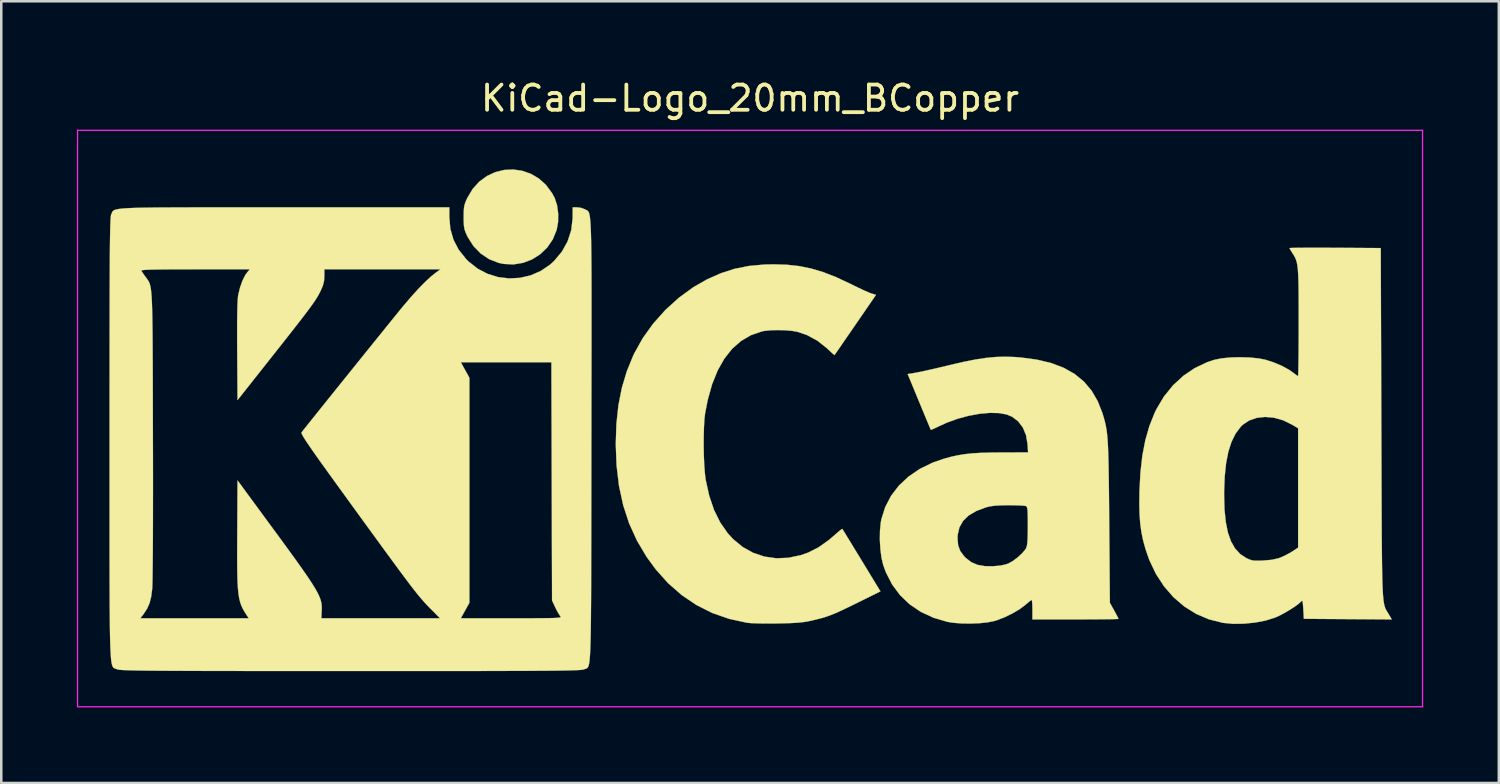
<source format=kicad_pcb>
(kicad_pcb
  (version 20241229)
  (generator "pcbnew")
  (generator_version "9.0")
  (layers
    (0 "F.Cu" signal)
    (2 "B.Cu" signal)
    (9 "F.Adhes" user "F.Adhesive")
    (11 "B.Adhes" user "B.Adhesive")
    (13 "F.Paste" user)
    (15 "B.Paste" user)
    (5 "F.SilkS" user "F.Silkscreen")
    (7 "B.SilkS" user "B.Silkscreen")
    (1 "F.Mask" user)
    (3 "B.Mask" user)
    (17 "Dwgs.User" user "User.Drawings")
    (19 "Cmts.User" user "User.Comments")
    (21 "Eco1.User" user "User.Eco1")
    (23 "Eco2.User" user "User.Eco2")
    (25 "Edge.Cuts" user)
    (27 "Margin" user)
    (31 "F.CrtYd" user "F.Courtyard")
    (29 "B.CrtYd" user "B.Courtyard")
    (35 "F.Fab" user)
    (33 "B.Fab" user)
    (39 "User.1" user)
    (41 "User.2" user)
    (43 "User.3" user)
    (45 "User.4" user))
  (footprint "KiCad-Logo_20mm_BCopper"
    (layer "F.Cu")
    (at 26.695 13.548)
    (property "Reference" "KiCad-Logo_20mm_BCopper" (at 0 -12.7 0) (layer "F.SilkS") (effects (font (size 1 1) (thickness 0.15))))
    (attr exclude_from_pos_files exclude_from_bom)
    (fp_poly (pts (xy -9.038 -9.825) (xy -8.696 -9.707) (xy -8.378 -9.52) (xy -8.094 -9.266) (xy -7.854 -8.943) (xy -7.746 -8.74) (xy -7.653 -8.455) (xy -7.608 -8.127) (xy -7.613 -7.79) (xy -7.668 -7.484) (xy -7.82 -7.11) (xy -8.04 -6.786) (xy -8.318 -6.518) (xy -8.641 -6.312) (xy -8.999 -6.175) (xy -9.381 -6.112) (xy -9.775 -6.132) (xy -9.969 -6.173) (xy -10.347 -6.32) (xy -10.683 -6.545) (xy -10.969 -6.84) (xy -11.196 -7.198) (xy -11.216 -7.238) (xy -11.282 -7.385) (xy -11.324 -7.508) (xy -11.346 -7.639) (xy -11.356 -7.807) (xy -11.357 -7.989) (xy -11.355 -8.208) (xy -11.343 -8.366) (xy -11.317 -8.494) (xy -11.271 -8.622) (xy -11.213 -8.748) (xy -10.999 -9.106) (xy -10.735 -9.397) (xy -10.432 -9.619) (xy -10.101 -9.772) (xy -9.751 -9.858) (xy -9.393 -9.876) (xy -9.038 -9.825)) (stroke (width 0.01) (type solid)) (fill yes) (layer "F.SilkS"))
    (fp_poly (pts (xy 1.459 -6.099) (xy 1.95 -6.045) (xy 2.425 -5.949) (xy 2.905 -5.805) (xy 3.408 -5.609) (xy 3.953 -5.355) (xy 4.052 -5.306) (xy 4.277 -5.195) (xy 4.49 -5.095) (xy 4.669 -5.016) (xy 4.793 -4.966) (xy 4.812 -4.96) (xy 4.995 -4.905) (xy 4.177 -3.716) (xy 3.977 -3.425) (xy 3.794 -3.16) (xy 3.635 -2.928) (xy 3.505 -2.74) (xy 3.411 -2.604) (xy 3.359 -2.529) (xy 3.35 -2.517) (xy 3.316 -2.541) (xy 3.231 -2.616) (xy 3.112 -2.727) (xy 3.046 -2.79) (xy 2.671 -3.087) (xy 2.251 -3.314) (xy 1.889 -3.437) (xy 1.672 -3.476) (xy 1.399 -3.5) (xy 1.105 -3.508) (xy 0.819 -3.5) (xy 0.574 -3.476) (xy 0.477 -3.457) (xy 0.037 -3.306) (xy -0.359 -3.075) (xy -0.712 -2.764) (xy -1.02 -2.375) (xy -1.284 -1.907) (xy -1.504 -1.362) (xy -1.678 -0.738) (xy -1.782 -0.205) (xy -1.809 0.031) (xy -1.827 0.335) (xy -1.837 0.686) (xy -1.839 1.062) (xy -1.833 1.442) (xy -1.818 1.802) (xy -1.796 2.122) (xy -1.767 2.38) (xy -1.761 2.42) (xy -1.62 3.06) (xy -1.428 3.626) (xy -1.183 4.122) (xy -0.885 4.549) (xy -0.674 4.78) (xy -0.294 5.093) (xy 0.122 5.325) (xy 0.569 5.475) (xy 1.038 5.542) (xy 1.522 5.523) (xy 2.016 5.418) (xy 2.307 5.316) (xy 2.711 5.111) (xy 3.127 4.816) (xy 3.36 4.617) (xy 3.491 4.502) (xy 3.593 4.418) (xy 3.652 4.377) (xy 3.659 4.376) (xy 3.685 4.417) (xy 3.753 4.527) (xy 3.856 4.696) (xy 3.99 4.915) (xy 4.147 5.173) (xy 4.324 5.462) (xy 4.422 5.623) (xy 5.171 6.854) (xy 4.236 7.316) (xy 3.897 7.482) (xy 3.623 7.613) (xy 3.397 7.715) (xy 3.201 7.795) (xy 3.019 7.86) (xy 2.835 7.916) (xy 2.631 7.968) (xy 2.435 8.015) (xy 2.261 8.051) (xy 2.08 8.078) (xy 1.872 8.098) (xy 1.62 8.112) (xy 1.305 8.122) (xy 1.092 8.126) (xy 0.79 8.129) (xy 0.499 8.128) (xy 0.241 8.122) (xy 0.033 8.113) (xy -0.105 8.101) (xy -0.113 8.1) (xy -0.828 7.945) (xy -1.499 7.711) (xy -2.127 7.396) (xy -2.71 7.002) (xy -3.25 6.529) (xy -3.744 5.976) (xy -4.103 5.485) (xy -4.484 4.842) (xy -4.793 4.163) (xy -5.029 3.443) (xy -5.196 2.675) (xy -5.294 1.855) (xy -5.325 1.023) (xy -5.3 0.218) (xy -5.22 -0.525) (xy -5.083 -1.218) (xy -4.887 -1.874) (xy -4.629 -2.506) (xy -4.598 -2.571) (xy -4.258 -3.183) (xy -3.841 -3.764) (xy -3.358 -4.305) (xy -2.821 -4.791) (xy -2.243 -5.212) (xy -1.703 -5.52) (xy -1.158 -5.762) (xy -0.613 -5.937) (xy -0.044 -6.051) (xy 0.567 -6.107) (xy 0.933 -6.115) (xy 1.459 -6.099)) (stroke (width 0.01) (type solid)) (fill yes) (layer "F.SilkS"))
    (fp_poly (pts (xy 22.685 -6.774) (xy 23.072 -6.772) (xy 23.204 -6.772) (xy 25.013 -6.76) (xy 25.036 0.182) (xy 25.039 1.123) (xy 25.042 1.978) (xy 25.044 2.751) (xy 25.047 3.445) (xy 25.049 4.067) (xy 25.052 4.619) (xy 25.056 5.107) (xy 25.06 5.535) (xy 25.065 5.907) (xy 25.071 6.228) (xy 25.078 6.502) (xy 25.087 6.734) (xy 25.097 6.928) (xy 25.109 7.088) (xy 25.123 7.219) (xy 25.139 7.325) (xy 25.157 7.411) (xy 25.178 7.482) (xy 25.201 7.54) (xy 25.227 7.592) (xy 25.255 7.641) (xy 25.287 7.692) (xy 25.322 7.749) (xy 25.329 7.761) (xy 25.45 7.967) (xy 21.963 7.943) (xy 21.941 7.56) (xy 21.928 7.376) (xy 21.915 7.27) (xy 21.898 7.228) (xy 21.871 7.237) (xy 21.849 7.261) (xy 21.754 7.349) (xy 21.598 7.463) (xy 21.403 7.588) (xy 21.192 7.712) (xy 20.987 7.82) (xy 20.83 7.891) (xy 20.46 8.008) (xy 20.037 8.09) (xy 19.59 8.136) (xy 19.152 8.141) (xy 18.753 8.103) (xy 18.746 8.101) (xy 18.2 7.964) (xy 17.689 7.746) (xy 17.218 7.451) (xy 16.791 7.085) (xy 16.415 6.651) (xy 16.092 6.154) (xy 15.83 5.6) (xy 15.687 5.189) (xy 15.592 4.846) (xy 15.522 4.513) (xy 15.475 4.171) (xy 15.447 3.8) (xy 15.437 3.378) (xy 15.442 3.034) (xy 18.801 3.034) (xy 18.816 3.611) (xy 18.867 4.107) (xy 18.953 4.528) (xy 19.076 4.876) (xy 19.238 5.157) (xy 19.44 5.375) (xy 19.674 5.529) (xy 19.796 5.587) (xy 19.901 5.621) (xy 20.019 5.637) (xy 20.177 5.638) (xy 20.347 5.632) (xy 20.682 5.603) (xy 20.947 5.545) (xy 21.03 5.516) (xy 21.22 5.43) (xy 21.421 5.323) (xy 21.508 5.269) (xy 21.736 5.12) (xy 21.736 0.388) (xy 21.485 0.238) (xy 21.136 0.068) (xy 20.779 -0.032) (xy 20.428 -0.064) (xy 20.095 -0.027) (xy 19.794 0.077) (xy 19.538 0.248) (xy 19.455 0.33) (xy 19.255 0.599) (xy 19.094 0.924) (xy 18.969 1.312) (xy 18.88 1.767) (xy 18.824 2.296) (xy 18.801 2.903) (xy 18.801 3.034) (xy 15.442 3.034) (xy 15.443 2.891) (xy 15.482 2.142) (xy 15.559 1.466) (xy 15.677 0.854) (xy 15.838 0.295) (xy 16.043 -0.219) (xy 16.117 -0.372) (xy 16.413 -0.87) (xy 16.77 -1.312) (xy 17.18 -1.691) (xy 17.636 -2.001) (xy 18.128 -2.234) (xy 18.422 -2.331) (xy 18.712 -2.388) (xy 19.06 -2.422) (xy 19.438 -2.432) (xy 19.817 -2.42) (xy 20.166 -2.385) (xy 20.447 -2.33) (xy 20.781 -2.221) (xy 21.105 -2.081) (xy 21.389 -1.925) (xy 21.54 -1.818) (xy 21.644 -1.739) (xy 21.716 -1.691) (xy 21.733 -1.684) (xy 21.738 -1.728) (xy 21.743 -1.854) (xy 21.747 -2.054) (xy 21.751 -2.318) (xy 21.754 -2.637) (xy 21.756 -3.002) (xy 21.758 -3.406) (xy 21.758 -3.816) (xy 21.758 -4.343) (xy 21.757 -4.786) (xy 21.754 -5.156) (xy 21.748 -5.46) (xy 21.739 -5.706) (xy 21.726 -5.905) (xy 21.708 -6.063) (xy 21.684 -6.189) (xy 21.654 -6.292) (xy 21.617 -6.381) (xy 21.572 -6.463) (xy 21.518 -6.548) (xy 21.511 -6.558) (xy 21.442 -6.668) (xy 21.4 -6.743) (xy 21.394 -6.759) (xy 21.438 -6.764) (xy 21.563 -6.768) (xy 21.76 -6.771) (xy 22.019 -6.773) (xy 22.331 -6.774) (xy 22.685 -6.774)) (stroke (width 0.01) (type solid)) (fill yes) (layer "F.SilkS"))
    (fp_poly (pts (xy 10.502 -2.439) (xy 10.727 -2.422) (xy 11.372 -2.336) (xy 11.944 -2.2) (xy 12.444 -2.01) (xy 12.876 -1.765) (xy 13.243 -1.463) (xy 13.547 -1.103) (xy 13.791 -0.683) (xy 13.97 -0.228) (xy 14.015 -0.082) (xy 14.054 0.054) (xy 14.088 0.188) (xy 14.117 0.327) (xy 14.142 0.479) (xy 14.163 0.651) (xy 14.18 0.851) (xy 14.194 1.085) (xy 14.205 1.362) (xy 14.215 1.687) (xy 14.222 2.069) (xy 14.229 2.516) (xy 14.235 3.033) (xy 14.24 3.629) (xy 14.244 4.097) (xy 14.27 7.306) (xy 14.441 7.615) (xy 14.522 7.764) (xy 14.582 7.879) (xy 14.611 7.941) (xy 14.612 7.945) (xy 14.568 7.95) (xy 14.443 7.954) (xy 14.247 7.958) (xy 13.99 7.961) (xy 13.681 7.964) (xy 13.331 7.965) (xy 12.95 7.966) (xy 12.905 7.966) (xy 11.198 7.966) (xy 11.198 7.579) (xy 11.195 7.404) (xy 11.187 7.27) (xy 11.176 7.199) (xy 11.171 7.192) (xy 11.126 7.22) (xy 11.033 7.293) (xy 10.912 7.395) (xy 10.909 7.398) (xy 10.689 7.562) (xy 10.41 7.727) (xy 10.105 7.876) (xy 9.805 7.994) (xy 9.673 8.034) (xy 9.41 8.085) (xy 9.087 8.118) (xy 8.735 8.131) (xy 8.381 8.126) (xy 8.057 8.1) (xy 7.829 8.063) (xy 7.272 7.899) (xy 6.771 7.666) (xy 6.328 7.367) (xy 5.948 7.003) (xy 5.633 6.579) (xy 5.386 6.096) (xy 5.28 5.804) (xy 5.213 5.519) (xy 5.169 5.178) (xy 5.148 4.811) (xy 5.149 4.757) (xy 8.228 4.757) (xy 8.253 5.03) (xy 8.338 5.257) (xy 8.495 5.467) (xy 8.556 5.529) (xy 8.77 5.695) (xy 9.018 5.802) (xy 9.315 5.854) (xy 9.628 5.858) (xy 9.925 5.833) (xy 10.152 5.783) (xy 10.251 5.746) (xy 10.428 5.646) (xy 10.617 5.504) (xy 10.789 5.345) (xy 10.917 5.193) (xy 10.951 5.137) (xy 10.977 5.059) (xy 10.996 4.934) (xy 11.008 4.751) (xy 11.014 4.498) (xy 11.016 4.257) (xy 11.015 3.976) (xy 11.011 3.773) (xy 11.004 3.634) (xy 10.991 3.547) (xy 10.972 3.498) (xy 10.945 3.473) (xy 10.936 3.469) (xy 10.863 3.457) (xy 10.718 3.448) (xy 10.521 3.441) (xy 10.292 3.438) (xy 10.242 3.438) (xy 9.936 3.443) (xy 9.699 3.457) (xy 9.511 3.484) (xy 9.356 3.522) (xy 8.97 3.668) (xy 8.668 3.847) (xy 8.447 4.062) (xy 8.303 4.317) (xy 8.235 4.613) (xy 8.228 4.757) (xy 5.149 4.757) (xy 5.153 4.45) (xy 5.184 4.126) (xy 5.208 3.995) (xy 5.361 3.51) (xy 5.594 3.063) (xy 5.903 2.66) (xy 6.283 2.304) (xy 6.729 1.999) (xy 7.238 1.751) (xy 7.67 1.6) (xy 7.959 1.52) (xy 8.235 1.459) (xy 8.517 1.413) (xy 8.822 1.38) (xy 9.168 1.36) (xy 9.573 1.349) (xy 9.94 1.346) (xy 11.026 1.343) (xy 11.005 1.016) (xy 10.946 0.662) (xy 10.82 0.358) (xy 10.633 0.11) (xy 10.391 -0.072) (xy 10.177 -0.161) (xy 9.87 -0.217) (xy 9.506 -0.225) (xy 9.1 -0.188) (xy 8.67 -0.109) (xy 8.232 0.009) (xy 7.805 0.164) (xy 7.495 0.305) (xy 7.345 0.377) (xy 7.231 0.428) (xy 7.173 0.447) (xy 7.17 0.447) (xy 7.15 0.403) (xy 7.1 0.285) (xy 7.025 0.106) (xy 6.93 -0.123) (xy 6.818 -0.392) (xy 6.705 -0.666) (xy 6.251 -1.764) (xy 6.574 -1.817) (xy 6.714 -1.844) (xy 6.924 -1.889) (xy 7.186 -1.947) (xy 7.483 -2.016) (xy 7.796 -2.09) (xy 7.92 -2.121) (xy 8.46 -2.246) (xy 8.932 -2.339) (xy 9.355 -2.404) (xy 9.745 -2.441) (xy 10.122 -2.452) (xy 10.502 -2.439)) (stroke (width 0.01) (type solid)) (fill yes) (layer "F.SilkS"))
    (fp_poly (pts (xy -19.746 -8.376) (xy -18.869 -8.376) (xy -18.461 -8.376) (xy -11.926 -8.376) (xy -11.926 -7.99) (xy -11.885 -7.522) (xy -11.761 -7.089) (xy -11.553 -6.691) (xy -11.259 -6.324) (xy -11.16 -6.225) (xy -10.803 -5.943) (xy -10.409 -5.738) (xy -9.991 -5.609) (xy -9.559 -5.556) (xy -9.126 -5.579) (xy -8.702 -5.677) (xy -8.301 -5.851) (xy -7.933 -6.101) (xy -7.768 -6.252) (xy -7.46 -6.621) (xy -7.234 -7.027) (xy -7.092 -7.466) (xy -7.036 -7.931) (xy -7.036 -7.977) (xy -7.033 -8.376) (xy -6.858 -8.376) (xy -6.702 -8.355) (xy -6.561 -8.303) (xy -6.551 -8.298) (xy -6.519 -8.281) (xy -6.49 -8.268) (xy -6.463 -8.255) (xy -6.438 -8.238) (xy -6.416 -8.214) (xy -6.396 -8.178) (xy -6.378 -8.127) (xy -6.362 -8.057) (xy -6.348 -7.964) (xy -6.336 -7.845) (xy -6.325 -7.695) (xy -6.316 -7.512) (xy -6.308 -7.29) (xy -6.302 -7.027) (xy -6.297 -6.719) (xy -6.293 -6.361) (xy -6.29 -5.951) (xy -6.288 -5.484) (xy -6.287 -4.957) (xy -6.287 -4.365) (xy -6.287 -3.705) (xy -6.287 -2.974) (xy -6.288 -2.167) (xy -6.29 -1.281) (xy -6.291 -0.312) (xy -6.292 0.744) (xy -6.293 0.873) (xy -6.294 1.935) (xy -6.295 2.911) (xy -6.296 3.803) (xy -6.297 4.615) (xy -6.299 5.352) (xy -6.3 6.016) (xy -6.302 6.611) (xy -6.304 7.142) (xy -6.308 7.613) (xy -6.311 8.026) (xy -6.316 8.385) (xy -6.322 8.695) (xy -6.329 8.96) (xy -6.337 9.182) (xy -6.347 9.366) (xy -6.358 9.515) (xy -6.37 9.634) (xy -6.384 9.726) (xy -6.401 9.795) (xy -6.419 9.844) (xy -6.439 9.877) (xy -6.462 9.899) (xy -6.486 9.913) (xy -6.514 9.922) (xy -6.544 9.931) (xy -6.576 9.942) (xy -6.584 9.946) (xy -6.609 9.954) (xy -6.651 9.962) (xy -6.713 9.968) (xy -6.8 9.975) (xy -6.914 9.98) (xy -7.06 9.985) (xy -7.241 9.99) (xy -7.46 9.994) (xy -7.722 9.998) (xy -8.03 10.001) (xy -8.388 10.003) (xy -8.8 10.006) (xy -9.268 10.008) (xy -9.797 10.009) (xy -10.39 10.011) (xy -11.051 10.012) (xy -11.784 10.012) (xy -12.593 10.013) (xy -13.48 10.013) (xy -14.45 10.013) (xy -15.506 10.013) (xy -15.848 10.013) (xy -16.927 10.013) (xy -17.919 10.013) (xy -18.828 10.012) (xy -19.656 10.012) (xy -20.409 10.011) (xy -21.089 10.01) (xy -21.699 10.009) (xy -22.245 10.007) (xy -22.73 10.005) (xy -23.156 10.003) (xy -23.529 10.001) (xy -23.851 9.998) (xy -24.126 9.994) (xy -24.359 9.99) (xy -24.552 9.986) (xy -24.709 9.981) (xy -24.835 9.976) (xy -24.933 9.97) (xy -25.006 9.963) (xy -25.058 9.956) (xy -25.093 9.948) (xy -25.112 9.941) (xy -25.146 9.927) (xy -25.178 9.916) (xy -25.206 9.905) (xy -25.232 9.891) (xy -25.256 9.869) (xy -25.277 9.836) (xy -25.296 9.788) (xy -25.313 9.721) (xy -25.329 9.631) (xy -25.342 9.515) (xy -25.353 9.369) (xy -25.363 9.189) (xy -25.372 8.972) (xy -25.379 8.713) (xy -25.385 8.409) (xy -25.389 8.056) (xy -25.39 7.92) (xy -24.176 7.92) (xy -19.882 7.92) (xy -19.964 7.795) (xy -20.046 7.667) (xy -20.116 7.544) (xy -20.174 7.419) (xy -20.221 7.283) (xy -20.259 7.128) (xy -20.288 6.944) (xy -20.31 6.724) (xy -20.325 6.458) (xy -20.334 6.138) (xy -20.338 5.757) (xy -20.339 5.304) (xy -20.337 4.771) (xy -20.336 4.573) (xy -20.325 2.454) (xy -18.982 4.282) (xy -18.601 4.8) (xy -18.272 5.252) (xy -17.989 5.642) (xy -17.751 5.978) (xy -17.552 6.264) (xy -17.39 6.508) (xy -17.262 6.714) (xy -17.162 6.889) (xy -17.089 7.039) (xy -17.038 7.17) (xy -17.006 7.287) (xy -16.989 7.398) (xy -16.983 7.507) (xy -16.986 7.621) (xy -16.987 7.635) (xy -17.002 7.921) (xy -14.649 7.921) (xy -12.296 7.92) (xy -12.646 7.567) (xy -12.741 7.471) (xy -12.831 7.377) (xy -12.92 7.281) (xy -13.012 7.176) (xy -13.112 7.059) (xy -13.222 6.924) (xy -13.347 6.765) (xy -13.491 6.578) (xy -13.657 6.357) (xy -13.851 6.098) (xy -14.075 5.794) (xy -14.334 5.441) (xy -14.631 5.034) (xy -14.971 4.567) (xy -15.358 4.036) (xy -15.675 3.6) (xy -16.072 3.052) (xy -16.419 2.573) (xy -16.718 2.159) (xy -16.973 1.804) (xy -17.187 1.504) (xy -17.362 1.255) (xy -17.502 1.052) (xy -17.611 0.891) (xy -17.69 0.766) (xy -17.744 0.674) (xy -17.776 0.61) (xy -17.788 0.569) (xy -17.784 0.548) (xy -17.74 0.491) (xy -17.644 0.37) (xy -17.503 0.193) (xy -17.322 -0.033) (xy -17.106 -0.302) (xy -16.863 -0.606) (xy -16.597 -0.937) (xy -16.314 -1.289) (xy -16.02 -1.654) (xy -15.72 -2.026) (xy -15.556 -2.23) (xy -11.469 -2.23) (xy -11.13 -1.616) (xy -11.13 7.306) (xy -11.469 7.92) (xy -9.46 7.92) (xy -8.981 7.92) (xy -8.584 7.92) (xy -8.264 7.918) (xy -8.012 7.916) (xy -7.821 7.912) (xy -7.683 7.906) (xy -7.59 7.898) (xy -7.536 7.888) (xy -7.512 7.875) (xy -7.51 7.859) (xy -7.524 7.84) (xy -7.524 7.84) (xy -7.582 7.757) (xy -7.658 7.622) (xy -7.725 7.487) (xy -7.852 7.215) (xy -7.865 2.492) (xy -7.878 -2.23) (xy -11.469 -2.23) (xy -15.556 -2.23) (xy -15.422 -2.397) (xy -15.129 -2.76) (xy -14.849 -3.107) (xy -14.586 -3.432) (xy -14.348 -3.728) (xy -14.138 -3.987) (xy -13.964 -4.202) (xy -13.831 -4.365) (xy -13.752 -4.461) (xy -13.448 -4.818) (xy -13.156 -5.14) (xy -12.885 -5.417) (xy -12.646 -5.638) (xy -12.477 -5.773) (xy -12.277 -5.918) (xy -16.883 -5.918) (xy -16.882 -5.647) (xy -16.895 -5.449) (xy -16.943 -5.264) (xy -17.018 -5.09) (xy -17.067 -4.991) (xy -17.119 -4.893) (xy -17.18 -4.79) (xy -17.254 -4.674) (xy -17.346 -4.54) (xy -17.461 -4.381) (xy -17.603 -4.191) (xy -17.778 -3.962) (xy -17.99 -3.689) (xy -18.244 -3.365) (xy -18.544 -2.983) (xy -18.896 -2.537) (xy -18.936 -2.487) (xy -20.325 -0.731) (xy -20.338 -2.676) (xy -20.341 -3.258) (xy -20.34 -3.751) (xy -20.336 -4.157) (xy -20.329 -4.476) (xy -20.318 -4.711) (xy -20.304 -4.862) (xy -20.3 -4.891) (xy -20.226 -5.195) (xy -20.129 -5.468) (xy -20.019 -5.688) (xy -19.953 -5.782) (xy -19.839 -5.918) (xy -22.007 -5.918) (xy -22.525 -5.917) (xy -22.957 -5.916) (xy -23.312 -5.913) (xy -23.594 -5.909) (xy -23.81 -5.904) (xy -23.967 -5.897) (xy -24.07 -5.888) (xy -24.127 -5.877) (xy -24.143 -5.864) (xy -24.142 -5.861) (xy -24.096 -5.791) (xy -24.019 -5.681) (xy -23.98 -5.626) (xy -23.938 -5.57) (xy -23.902 -5.52) (xy -23.869 -5.472) (xy -23.839 -5.419) (xy -23.813 -5.358) (xy -23.791 -5.283) (xy -23.771 -5.189) (xy -23.754 -5.072) (xy -23.74 -4.927) (xy -23.728 -4.748) (xy -23.718 -4.532) (xy -23.71 -4.272) (xy -23.703 -3.964) (xy -23.698 -3.604) (xy -23.694 -3.186) (xy -23.691 -2.706) (xy -23.688 -2.158) (xy -23.686 -1.537) (xy -23.684 -0.84) (xy -23.683 -0.061) (xy -23.681 0.656) (xy -23.679 1.454) (xy -23.678 2.216) (xy -23.678 2.936) (xy -23.679 3.61) (xy -23.68 4.232) (xy -23.682 4.799) (xy -23.685 5.304) (xy -23.689 5.744) (xy -23.693 6.113) (xy -23.697 6.406) (xy -23.703 6.619) (xy -23.708 6.746) (xy -23.71 6.76) (xy -23.75 7.069) (xy -23.813 7.318) (xy -23.908 7.535) (xy -24.047 7.749) (xy -24.065 7.772) (xy -24.176 7.92) (xy -25.39 7.92) (xy -25.393 7.65) (xy -25.396 7.188) (xy -25.398 6.666) (xy -25.399 6.079) (xy -25.4 5.425) (xy -25.4 4.7) (xy -25.4 3.899) (xy -25.4 3.019) (xy -25.4 2.056) (xy -25.4 1.007) (xy -25.4 0.799) (xy -25.4 -0.261) (xy -25.4 -1.234) (xy -25.399 -2.124) (xy -25.399 -2.933) (xy -25.398 -3.667) (xy -25.397 -4.328) (xy -25.396 -4.921) (xy -25.394 -5.448) (xy -25.392 -5.915) (xy -25.39 -6.324) (xy -25.387 -6.679) (xy -25.384 -6.985) (xy -25.38 -7.244) (xy -25.376 -7.461) (xy -25.371 -7.639) (xy -25.366 -7.782) (xy -25.361 -7.894) (xy -25.354 -7.978) (xy -25.347 -8.039) (xy -25.34 -8.079) (xy -25.331 -8.103) (xy -25.331 -8.104) (xy -25.314 -8.141) (xy -25.3 -8.174) (xy -25.284 -8.204) (xy -25.262 -8.231) (xy -25.23 -8.255) (xy -25.183 -8.277) (xy -25.118 -8.295) (xy -25.029 -8.311) (xy -24.912 -8.325) (xy -24.763 -8.337) (xy -24.577 -8.347) (xy -24.35 -8.355) (xy -24.079 -8.361) (xy -23.757 -8.366) (xy -23.381 -8.37) (xy -22.947 -8.372) (xy -22.45 -8.374) (xy -21.886 -8.375) (xy -21.25 -8.376) (xy -20.538 -8.376) (xy -19.746 -8.376)) (stroke (width 0.01) (type solid)) (fill yes) (layer "F.SilkS"))
    (fp_line (start -26.67 -11.43) (end 26.67 -11.43) (stroke (width 0.05) (type solid)) (layer "F.CrtYd"))
    (fp_line (start -26.67 11.43) (end -26.67 -11.43) (stroke (width 0.05) (type solid)) (layer "F.CrtYd"))
    (fp_line (start 26.67 -11.43) (end 26.67 11.43) (stroke (width 0.05) (type solid)) (layer "F.CrtYd"))
    (fp_line (start 26.67 11.43) (end -26.67 11.43) (stroke (width 0.05) (type solid)) (layer "F.CrtYd")))
  (gr_rect
    (start -3 -3)
    (end 56.39 28.003)
    (stroke (width 0.1) (type default))
    (fill no)
    (layer "Edge.Cuts")))
</source>
